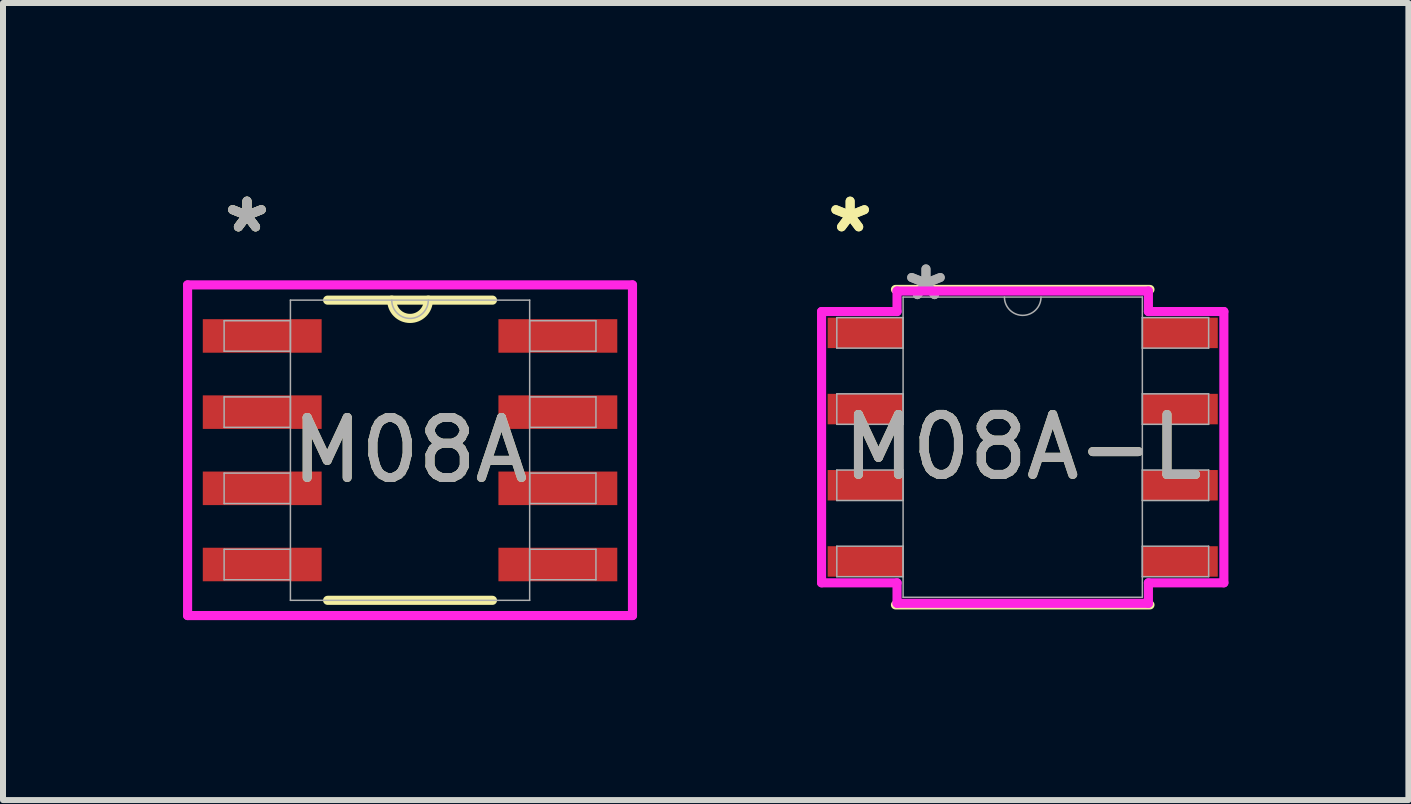
<source format=kicad_pcb>
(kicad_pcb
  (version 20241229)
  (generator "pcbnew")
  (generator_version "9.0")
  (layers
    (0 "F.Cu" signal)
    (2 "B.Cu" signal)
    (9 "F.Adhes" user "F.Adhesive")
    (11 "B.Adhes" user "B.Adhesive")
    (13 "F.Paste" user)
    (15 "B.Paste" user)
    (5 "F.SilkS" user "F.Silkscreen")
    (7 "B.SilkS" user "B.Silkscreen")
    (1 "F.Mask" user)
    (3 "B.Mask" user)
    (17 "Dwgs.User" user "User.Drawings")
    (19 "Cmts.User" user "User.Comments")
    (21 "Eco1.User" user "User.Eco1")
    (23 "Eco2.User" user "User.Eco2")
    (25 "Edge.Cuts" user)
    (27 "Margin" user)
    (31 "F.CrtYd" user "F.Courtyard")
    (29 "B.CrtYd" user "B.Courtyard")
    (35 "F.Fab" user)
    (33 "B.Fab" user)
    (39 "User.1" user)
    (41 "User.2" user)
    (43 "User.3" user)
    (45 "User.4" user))
  (footprint "M08A"
    (layer "F.Cu")
    (at 3.785 4.455)
    (property "Reference" "M08A" (at 0 0 0) (unlocked yes) (layer "F.SilkS") (effects (font (size 1 1) (thickness 0.15))))
    (attr smd)
    (fp_line (start -1.374 2.502) (end 1.374 2.502) (stroke (width 0.152) (type solid)) (layer "F.SilkS"))
    (fp_line (start 1.374 -2.502) (end -1.374 -2.502) (stroke (width 0.152) (type solid)) (layer "F.SilkS"))
    (fp_arc (start 0.3048 -2.5019) (mid 0 -2.1971) (end -0.3048 -2.5019) (stroke (width 0.1524) (type solid)) (layer "F.SilkS"))
    (fp_line (start -3.708 -2.756) (end 3.708 -2.756) (stroke (width 0.152) (type solid)) (layer "F.CrtYd"))
    (fp_line (start -3.708 2.756) (end -3.708 -2.756) (stroke (width 0.152) (type solid)) (layer "F.CrtYd"))
    (fp_line (start 3.708 -2.756) (end 3.708 2.756) (stroke (width 0.152) (type solid)) (layer "F.CrtYd"))
    (fp_line (start 3.708 2.756) (end -3.708 2.756) (stroke (width 0.152) (type solid)) (layer "F.CrtYd"))
    (fp_line (start -3.099 -2.159) (end -3.099 -1.651) (stroke (width 0.025) (type solid)) (layer "F.Fab"))
    (fp_line (start -3.099 -1.651) (end -1.994 -1.651) (stroke (width 0.025) (type solid)) (layer "F.Fab"))
    (fp_line (start -3.099 -0.889) (end -3.099 -0.381) (stroke (width 0.025) (type solid)) (layer "F.Fab"))
    (fp_line (start -3.099 -0.381) (end -1.994 -0.381) (stroke (width 0.025) (type solid)) (layer "F.Fab"))
    (fp_line (start -3.099 0.381) (end -3.099 0.889) (stroke (width 0.025) (type solid)) (layer "F.Fab"))
    (fp_line (start -3.099 0.889) (end -1.994 0.889) (stroke (width 0.025) (type solid)) (layer "F.Fab"))
    (fp_line (start -3.099 1.651) (end -3.099 2.159) (stroke (width 0.025) (type solid)) (layer "F.Fab"))
    (fp_line (start -3.099 2.159) (end -1.994 2.159) (stroke (width 0.025) (type solid)) (layer "F.Fab"))
    (fp_line (start -1.994 -2.502) (end -1.994 2.502) (stroke (width 0.025) (type solid)) (layer "F.Fab"))
    (fp_line (start -1.994 -2.159) (end -3.099 -2.159) (stroke (width 0.025) (type solid)) (layer "F.Fab"))
    (fp_line (start -1.994 -1.651) (end -1.994 -2.159) (stroke (width 0.025) (type solid)) (layer "F.Fab"))
    (fp_line (start -1.994 -0.889) (end -3.099 -0.889) (stroke (width 0.025) (type solid)) (layer "F.Fab"))
    (fp_line (start -1.994 -0.381) (end -1.994 -0.889) (stroke (width 0.025) (type solid)) (layer "F.Fab"))
    (fp_line (start -1.994 0.381) (end -3.099 0.381) (stroke (width 0.025) (type solid)) (layer "F.Fab"))
    (fp_line (start -1.994 0.889) (end -1.994 0.381) (stroke (width 0.025) (type solid)) (layer "F.Fab"))
    (fp_line (start -1.994 1.651) (end -3.099 1.651) (stroke (width 0.025) (type solid)) (layer "F.Fab"))
    (fp_line (start -1.994 2.159) (end -1.994 1.651) (stroke (width 0.025) (type solid)) (layer "F.Fab"))
    (fp_line (start -1.994 2.502) (end 1.994 2.502) (stroke (width 0.025) (type solid)) (layer "F.Fab"))
    (fp_line (start 1.994 -2.502) (end -1.994 -2.502) (stroke (width 0.025) (type solid)) (layer "F.Fab"))
    (fp_line (start 1.994 -2.159) (end 1.994 -1.651) (stroke (width 0.025) (type solid)) (layer "F.Fab"))
    (fp_line (start 1.994 -1.651) (end 3.099 -1.651) (stroke (width 0.025) (type solid)) (layer "F.Fab"))
    (fp_line (start 1.994 -0.889) (end 1.994 -0.381) (stroke (width 0.025) (type solid)) (layer "F.Fab"))
    (fp_line (start 1.994 -0.381) (end 3.099 -0.381) (stroke (width 0.025) (type solid)) (layer "F.Fab"))
    (fp_line (start 1.994 0.381) (end 1.994 0.889) (stroke (width 0.025) (type solid)) (layer "F.Fab"))
    (fp_line (start 1.994 0.889) (end 3.099 0.889) (stroke (width 0.025) (type solid)) (layer "F.Fab"))
    (fp_line (start 1.994 1.651) (end 1.994 2.159) (stroke (width 0.025) (type solid)) (layer "F.Fab"))
    (fp_line (start 1.994 2.159) (end 3.099 2.159) (stroke (width 0.025) (type solid)) (layer "F.Fab"))
    (fp_line (start 1.994 2.502) (end 1.994 -2.502) (stroke (width 0.025) (type solid)) (layer "F.Fab"))
    (fp_line (start 3.099 -2.159) (end 1.994 -2.159) (stroke (width 0.025) (type solid)) (layer "F.Fab"))
    (fp_line (start 3.099 -1.651) (end 3.099 -2.159) (stroke (width 0.025) (type solid)) (layer "F.Fab"))
    (fp_line (start 3.099 -0.889) (end 1.994 -0.889) (stroke (width 0.025) (type solid)) (layer "F.Fab"))
    (fp_line (start 3.099 -0.381) (end 3.099 -0.889) (stroke (width 0.025) (type solid)) (layer "F.Fab"))
    (fp_line (start 3.099 0.381) (end 1.994 0.381) (stroke (width 0.025) (type solid)) (layer "F.Fab"))
    (fp_line (start 3.099 0.889) (end 3.099 0.381) (stroke (width 0.025) (type solid)) (layer "F.Fab"))
    (fp_line (start 3.099 1.651) (end 1.994 1.651) (stroke (width 0.025) (type solid)) (layer "F.Fab"))
    (fp_line (start 3.099 2.159) (end 3.099 1.651) (stroke (width 0.025) (type solid)) (layer "F.Fab"))
    (fp_arc (start 0.3048 -2.5019) (mid 0 -2.1971) (end -0.3048 -2.5019) (stroke (width 0.0254) (type solid)) (layer "F.Fab"))
    (fp_text user "*" (at -2.718 -3.607 0) (layer "F.SilkS") (effects (font (size 1 1) (thickness 0.15))))
    (fp_text user "*" (at -2.718 -3.607 0) (unlocked yes) (layer "F.SilkS") (effects (font (size 1 1) (thickness 0.15))))
    (fp_text user "*" (at -2.718 -3.607 0) (unlocked yes) (layer "F.Fab") (effects (font (size 1 1) (thickness 0.15))))
    (fp_text user "${REFERENCE}" (at 0 0 0) (unlocked yes) (layer "F.Fab") (effects (font (size 1 1) (thickness 0.15))))
    (fp_text user "*" (at -2.718 -3.607 0) (layer "F.Fab") (effects (font (size 1 1) (thickness 0.15))))
    (pad "1" smd rect (at -2.464 -1.905) (size 1.981 0.559) (layers "F.Cu" "F.Mask" "F.Paste"))
    (pad "2" smd rect (at -2.464 -0.635) (size 1.981 0.559) (layers "F.Cu" "F.Mask" "F.Paste"))
    (pad "3" smd rect (at -2.464 0.635) (size 1.981 0.559) (layers "F.Cu" "F.Mask" "F.Paste"))
    (pad "4" smd rect (at -2.464 1.905) (size 1.981 0.559) (layers "F.Cu" "F.Mask" "F.Paste"))
    (pad "5" smd rect (at 2.464 1.905) (size 1.981 0.559) (layers "F.Cu" "F.Mask" "F.Paste"))
    (pad "6" smd rect (at 2.464 0.635) (size 1.981 0.559) (layers "F.Cu" "F.Mask" "F.Paste"))
    (pad "7" smd rect (at 2.464 -0.635) (size 1.981 0.559) (layers "F.Cu" "F.Mask" "F.Paste"))
    (pad "8" smd rect (at 2.464 -1.905) (size 1.981 0.559) (layers "F.Cu" "F.Mask" "F.Paste")))
  (footprint "M08A-L"
    (layer "F.Cu")
    (at 13.998 4.404)
    (property "Reference" "M08A-L" (at 0 0 0) (unlocked yes) (layer "F.SilkS") (effects (font (size 1 1) (thickness 0.15))))
    (attr smd)
    (fp_line (start -2.121 2.629) (end 2.121 2.629) (stroke (width 0.152) (type solid)) (layer "F.SilkS"))
    (fp_line (start 2.121 -2.629) (end -2.121 -2.629) (stroke (width 0.152) (type solid)) (layer "F.SilkS"))
    (fp_line (start -3.353 -2.261) (end -2.095 -2.261) (stroke (width 0.152) (type solid)) (layer "F.CrtYd"))
    (fp_line (start -3.353 2.261) (end -3.353 -2.261) (stroke (width 0.152) (type solid)) (layer "F.CrtYd"))
    (fp_line (start -3.353 2.261) (end -2.095 2.261) (stroke (width 0.152) (type solid)) (layer "F.CrtYd"))
    (fp_line (start -2.095 -2.603) (end 2.095 -2.603) (stroke (width 0.152) (type solid)) (layer "F.CrtYd"))
    (fp_line (start -2.095 -2.261) (end -2.095 -2.603) (stroke (width 0.152) (type solid)) (layer "F.CrtYd"))
    (fp_line (start -2.095 2.603) (end -2.095 2.261) (stroke (width 0.152) (type solid)) (layer "F.CrtYd"))
    (fp_line (start 2.095 -2.603) (end 2.095 -2.261) (stroke (width 0.152) (type solid)) (layer "F.CrtYd"))
    (fp_line (start 2.095 2.261) (end 2.095 2.603) (stroke (width 0.152) (type solid)) (layer "F.CrtYd"))
    (fp_line (start 2.095 2.603) (end -2.095 2.603) (stroke (width 0.152) (type solid)) (layer "F.CrtYd"))
    (fp_line (start 3.353 -2.261) (end 2.095 -2.261) (stroke (width 0.152) (type solid)) (layer "F.CrtYd"))
    (fp_line (start 3.353 -2.261) (end 3.353 2.261) (stroke (width 0.152) (type solid)) (layer "F.CrtYd"))
    (fp_line (start 3.353 2.261) (end 2.095 2.261) (stroke (width 0.152) (type solid)) (layer "F.CrtYd"))
    (fp_line (start -3.099 -2.159) (end -3.099 -1.651) (stroke (width 0.025) (type solid)) (layer "F.Fab"))
    (fp_line (start -3.099 -1.651) (end -1.994 -1.651) (stroke (width 0.025) (type solid)) (layer "F.Fab"))
    (fp_line (start -3.099 -0.889) (end -3.099 -0.381) (stroke (width 0.025) (type solid)) (layer "F.Fab"))
    (fp_line (start -3.099 -0.381) (end -1.994 -0.381) (stroke (width 0.025) (type solid)) (layer "F.Fab"))
    (fp_line (start -3.099 0.381) (end -3.099 0.889) (stroke (width 0.025) (type solid)) (layer "F.Fab"))
    (fp_line (start -3.099 0.889) (end -1.994 0.889) (stroke (width 0.025) (type solid)) (layer "F.Fab"))
    (fp_line (start -3.099 1.651) (end -3.099 2.159) (stroke (width 0.025) (type solid)) (layer "F.Fab"))
    (fp_line (start -3.099 2.159) (end -1.994 2.159) (stroke (width 0.025) (type solid)) (layer "F.Fab"))
    (fp_line (start -1.994 -2.502) (end -1.994 2.502) (stroke (width 0.025) (type solid)) (layer "F.Fab"))
    (fp_line (start -1.994 -2.159) (end -3.099 -2.159) (stroke (width 0.025) (type solid)) (layer "F.Fab"))
    (fp_line (start -1.994 -1.651) (end -1.994 -2.159) (stroke (width 0.025) (type solid)) (layer "F.Fab"))
    (fp_line (start -1.994 -0.889) (end -3.099 -0.889) (stroke (width 0.025) (type solid)) (layer "F.Fab"))
    (fp_line (start -1.994 -0.381) (end -1.994 -0.889) (stroke (width 0.025) (type solid)) (layer "F.Fab"))
    (fp_line (start -1.994 0.381) (end -3.099 0.381) (stroke (width 0.025) (type solid)) (layer "F.Fab"))
    (fp_line (start -1.994 0.889) (end -1.994 0.381) (stroke (width 0.025) (type solid)) (layer "F.Fab"))
    (fp_line (start -1.994 1.651) (end -3.099 1.651) (stroke (width 0.025) (type solid)) (layer "F.Fab"))
    (fp_line (start -1.994 2.159) (end -1.994 1.651) (stroke (width 0.025) (type solid)) (layer "F.Fab"))
    (fp_line (start -1.994 2.502) (end 1.994 2.502) (stroke (width 0.025) (type solid)) (layer "F.Fab"))
    (fp_line (start 1.994 -2.502) (end -1.994 -2.502) (stroke (width 0.025) (type solid)) (layer "F.Fab"))
    (fp_line (start 1.994 -2.159) (end 1.994 -1.651) (stroke (width 0.025) (type solid)) (layer "F.Fab"))
    (fp_line (start 1.994 -1.651) (end 3.099 -1.651) (stroke (width 0.025) (type solid)) (layer "F.Fab"))
    (fp_line (start 1.994 -0.889) (end 1.994 -0.381) (stroke (width 0.025) (type solid)) (layer "F.Fab"))
    (fp_line (start 1.994 -0.381) (end 3.099 -0.381) (stroke (width 0.025) (type solid)) (layer "F.Fab"))
    (fp_line (start 1.994 0.381) (end 1.994 0.889) (stroke (width 0.025) (type solid)) (layer "F.Fab"))
    (fp_line (start 1.994 0.889) (end 3.099 0.889) (stroke (width 0.025) (type solid)) (layer "F.Fab"))
    (fp_line (start 1.994 1.651) (end 1.994 2.159) (stroke (width 0.025) (type solid)) (layer "F.Fab"))
    (fp_line (start 1.994 2.159) (end 3.099 2.159) (stroke (width 0.025) (type solid)) (layer "F.Fab"))
    (fp_line (start 1.994 2.502) (end 1.994 -2.502) (stroke (width 0.025) (type solid)) (layer "F.Fab"))
    (fp_line (start 3.099 -2.159) (end 1.994 -2.159) (stroke (width 0.025) (type solid)) (layer "F.Fab"))
    (fp_line (start 3.099 -1.651) (end 3.099 -2.159) (stroke (width 0.025) (type solid)) (layer "F.Fab"))
    (fp_line (start 3.099 -0.889) (end 1.994 -0.889) (stroke (width 0.025) (type solid)) (layer "F.Fab"))
    (fp_line (start 3.099 -0.381) (end 3.099 -0.889) (stroke (width 0.025) (type solid)) (layer "F.Fab"))
    (fp_line (start 3.099 0.381) (end 1.994 0.381) (stroke (width 0.025) (type solid)) (layer "F.Fab"))
    (fp_line (start 3.099 0.889) (end 3.099 0.381) (stroke (width 0.025) (type solid)) (layer "F.Fab"))
    (fp_line (start 3.099 1.651) (end 1.994 1.651) (stroke (width 0.025) (type solid)) (layer "F.Fab"))
    (fp_line (start 3.099 2.159) (end 3.099 1.651) (stroke (width 0.025) (type solid)) (layer "F.Fab"))
    (fp_arc (start 0.3048 -2.5019) (mid 0 -2.1971) (end -0.3048 -2.5019) (stroke (width 0.0254) (type solid)) (layer "F.Fab"))
    (fp_text user "*" (at -2.877 -3.556 0) (layer "F.SilkS") (effects (font (size 1 1) (thickness 0.15))))
    (fp_text user "*" (at -2.877 -3.556 0) (unlocked yes) (layer "F.SilkS") (effects (font (size 1 1) (thickness 0.15))))
    (fp_text user "*" (at -1.613 -2.426 0) (unlocked yes) (layer "F.Fab") (effects (font (size 1 1) (thickness 0.15))))
    (fp_text user "${REFERENCE}" (at 0 0 0) (unlocked yes) (layer "F.Fab") (effects (font (size 1 1) (thickness 0.15))))
    (fp_text user "*" (at -1.613 -2.426 0) (layer "F.Fab") (effects (font (size 1 1) (thickness 0.15))))
    (pad "1" smd rect (at -2.623 -1.905) (size 1.257 0.508) (layers "F.Cu" "F.Mask" "F.Paste"))
    (pad "2" smd rect (at -2.623 -0.635) (size 1.257 0.508) (layers "F.Cu" "F.Mask" "F.Paste"))
    (pad "3" smd rect (at -2.623 0.635) (size 1.257 0.508) (layers "F.Cu" "F.Mask" "F.Paste"))
    (pad "4" smd rect (at -2.623 1.905) (size 1.257 0.508) (layers "F.Cu" "F.Mask" "F.Paste"))
    (pad "5" smd rect (at 2.623 1.905) (size 1.257 0.508) (layers "F.Cu" "F.Mask" "F.Paste"))
    (pad "6" smd rect (at 2.623 0.635) (size 1.257 0.508) (layers "F.Cu" "F.Mask" "F.Paste"))
    (pad "7" smd rect (at 2.623 -0.635) (size 1.257 0.508) (layers "F.Cu" "F.Mask" "F.Paste"))
    (pad "8" smd rect (at 2.623 -1.905) (size 1.257 0.508) (layers "F.Cu" "F.Mask" "F.Paste")))
  (gr_rect
    (start -3 -3)
    (end 20.427 10.287)
    (stroke (width 0.1) (type default))
    (fill no)
    (layer "Edge.Cuts")))
</source>
